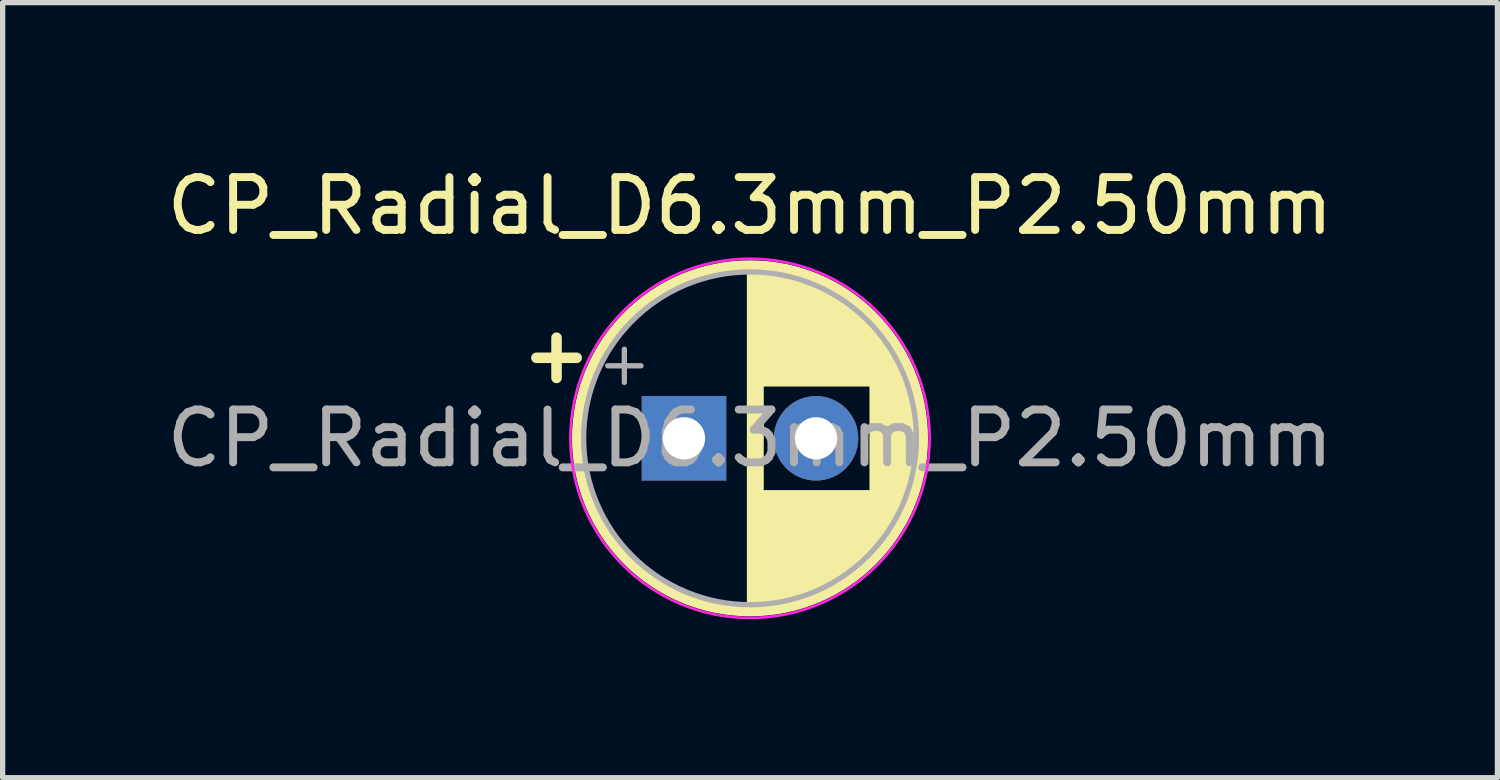
<source format=kicad_pcb>
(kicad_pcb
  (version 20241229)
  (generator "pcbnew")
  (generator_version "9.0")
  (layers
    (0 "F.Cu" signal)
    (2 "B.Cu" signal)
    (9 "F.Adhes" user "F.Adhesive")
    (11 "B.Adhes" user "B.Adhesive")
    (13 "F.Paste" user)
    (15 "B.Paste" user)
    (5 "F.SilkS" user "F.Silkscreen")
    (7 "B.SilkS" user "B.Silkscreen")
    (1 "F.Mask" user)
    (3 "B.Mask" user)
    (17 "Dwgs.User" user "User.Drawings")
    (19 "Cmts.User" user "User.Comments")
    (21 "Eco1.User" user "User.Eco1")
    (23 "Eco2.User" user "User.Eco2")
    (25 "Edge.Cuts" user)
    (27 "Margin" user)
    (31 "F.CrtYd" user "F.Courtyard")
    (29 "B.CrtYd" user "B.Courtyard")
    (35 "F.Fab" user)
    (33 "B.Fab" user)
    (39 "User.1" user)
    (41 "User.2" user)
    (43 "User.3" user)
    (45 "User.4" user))
  (footprint "CP_Radial_D6.3mm_P2.50mm"
    (layer "F.Cu")
    (at 9.899 5.248)
    (property "Reference" "CP_Radial_D6.3mm_P2.50mm" (at 1.25 -4.4 0) (layer "F.SilkS") (effects (font (size 1 1) (thickness 0.15))))
    (attr through_hole)
    (fp_line (start -2.794 -1.524) (end -2.032 -1.524) (stroke (width 0.2) (type solid)) (layer "F.SilkS"))
    (fp_line (start -2.413 -1.905) (end -2.413 -1.143) (stroke (width 0.2) (type solid)) (layer "F.SilkS"))
    (fp_line (start 1.25 -3.23) (end 1.25 3.23) (stroke (width 0.12) (type solid)) (layer "F.SilkS"))
    (fp_line (start 1.29 -3.23) (end 1.29 3.23) (stroke (width 0.12) (type solid)) (layer "F.SilkS"))
    (fp_line (start 1.33 -3.23) (end 1.33 3.23) (stroke (width 0.12) (type solid)) (layer "F.SilkS"))
    (fp_line (start 1.37 -3.228) (end 1.37 3.228) (stroke (width 0.12) (type solid)) (layer "F.SilkS"))
    (fp_line (start 1.41 -3.227) (end 1.41 3.227) (stroke (width 0.12) (type solid)) (layer "F.SilkS"))
    (fp_line (start 1.45 -3.224) (end 1.45 3.224) (stroke (width 0.12) (type solid)) (layer "F.SilkS"))
    (fp_line (start 1.49 -3.222) (end 1.49 -1.04) (stroke (width 0.12) (type solid)) (layer "F.SilkS"))
    (fp_line (start 1.49 1.04) (end 1.49 3.222) (stroke (width 0.12) (type solid)) (layer "F.SilkS"))
    (fp_line (start 1.53 -3.218) (end 1.53 -1.04) (stroke (width 0.12) (type solid)) (layer "F.SilkS"))
    (fp_line (start 1.53 1.04) (end 1.53 3.218) (stroke (width 0.12) (type solid)) (layer "F.SilkS"))
    (fp_line (start 1.57 -3.215) (end 1.57 -1.04) (stroke (width 0.12) (type solid)) (layer "F.SilkS"))
    (fp_line (start 1.57 1.04) (end 1.57 3.215) (stroke (width 0.12) (type solid)) (layer "F.SilkS"))
    (fp_line (start 1.61 -3.211) (end 1.61 -1.04) (stroke (width 0.12) (type solid)) (layer "F.SilkS"))
    (fp_line (start 1.61 1.04) (end 1.61 3.211) (stroke (width 0.12) (type solid)) (layer "F.SilkS"))
    (fp_line (start 1.65 -3.206) (end 1.65 -1.04) (stroke (width 0.12) (type solid)) (layer "F.SilkS"))
    (fp_line (start 1.65 1.04) (end 1.65 3.206) (stroke (width 0.12) (type solid)) (layer "F.SilkS"))
    (fp_line (start 1.69 -3.201) (end 1.69 -1.04) (stroke (width 0.12) (type solid)) (layer "F.SilkS"))
    (fp_line (start 1.69 1.04) (end 1.69 3.201) (stroke (width 0.12) (type solid)) (layer "F.SilkS"))
    (fp_line (start 1.73 -3.195) (end 1.73 -1.04) (stroke (width 0.12) (type solid)) (layer "F.SilkS"))
    (fp_line (start 1.73 1.04) (end 1.73 3.195) (stroke (width 0.12) (type solid)) (layer "F.SilkS"))
    (fp_line (start 1.77 -3.189) (end 1.77 -1.04) (stroke (width 0.12) (type solid)) (layer "F.SilkS"))
    (fp_line (start 1.77 1.04) (end 1.77 3.189) (stroke (width 0.12) (type solid)) (layer "F.SilkS"))
    (fp_line (start 1.81 -3.182) (end 1.81 -1.04) (stroke (width 0.12) (type solid)) (layer "F.SilkS"))
    (fp_line (start 1.81 1.04) (end 1.81 3.182) (stroke (width 0.12) (type solid)) (layer "F.SilkS"))
    (fp_line (start 1.85 -3.175) (end 1.85 -1.04) (stroke (width 0.12) (type solid)) (layer "F.SilkS"))
    (fp_line (start 1.85 1.04) (end 1.85 3.175) (stroke (width 0.12) (type solid)) (layer "F.SilkS"))
    (fp_line (start 1.89 -3.167) (end 1.89 -1.04) (stroke (width 0.12) (type solid)) (layer "F.SilkS"))
    (fp_line (start 1.89 1.04) (end 1.89 3.167) (stroke (width 0.12) (type solid)) (layer "F.SilkS"))
    (fp_line (start 1.93 -3.159) (end 1.93 -1.04) (stroke (width 0.12) (type solid)) (layer "F.SilkS"))
    (fp_line (start 1.93 1.04) (end 1.93 3.159) (stroke (width 0.12) (type solid)) (layer "F.SilkS"))
    (fp_line (start 1.971 -3.15) (end 1.971 -1.04) (stroke (width 0.12) (type solid)) (layer "F.SilkS"))
    (fp_line (start 1.971 1.04) (end 1.971 3.15) (stroke (width 0.12) (type solid)) (layer "F.SilkS"))
    (fp_line (start 2.011 -3.141) (end 2.011 -1.04) (stroke (width 0.12) (type solid)) (layer "F.SilkS"))
    (fp_line (start 2.011 1.04) (end 2.011 3.141) (stroke (width 0.12) (type solid)) (layer "F.SilkS"))
    (fp_line (start 2.051 -3.131) (end 2.051 -1.04) (stroke (width 0.12) (type solid)) (layer "F.SilkS"))
    (fp_line (start 2.051 1.04) (end 2.051 3.131) (stroke (width 0.12) (type solid)) (layer "F.SilkS"))
    (fp_line (start 2.091 -3.121) (end 2.091 -1.04) (stroke (width 0.12) (type solid)) (layer "F.SilkS"))
    (fp_line (start 2.091 1.04) (end 2.091 3.121) (stroke (width 0.12) (type solid)) (layer "F.SilkS"))
    (fp_line (start 2.131 -3.11) (end 2.131 -1.04) (stroke (width 0.12) (type solid)) (layer "F.SilkS"))
    (fp_line (start 2.131 1.04) (end 2.131 3.11) (stroke (width 0.12) (type solid)) (layer "F.SilkS"))
    (fp_line (start 2.171 -3.098) (end 2.171 -1.04) (stroke (width 0.12) (type solid)) (layer "F.SilkS"))
    (fp_line (start 2.171 1.04) (end 2.171 3.098) (stroke (width 0.12) (type solid)) (layer "F.SilkS"))
    (fp_line (start 2.211 -3.086) (end 2.211 -1.04) (stroke (width 0.12) (type solid)) (layer "F.SilkS"))
    (fp_line (start 2.211 1.04) (end 2.211 3.086) (stroke (width 0.12) (type solid)) (layer "F.SilkS"))
    (fp_line (start 2.251 -3.074) (end 2.251 -1.04) (stroke (width 0.12) (type solid)) (layer "F.SilkS"))
    (fp_line (start 2.251 1.04) (end 2.251 3.074) (stroke (width 0.12) (type solid)) (layer "F.SilkS"))
    (fp_line (start 2.291 -3.061) (end 2.291 -1.04) (stroke (width 0.12) (type solid)) (layer "F.SilkS"))
    (fp_line (start 2.291 1.04) (end 2.291 3.061) (stroke (width 0.12) (type solid)) (layer "F.SilkS"))
    (fp_line (start 2.331 -3.047) (end 2.331 -1.04) (stroke (width 0.12) (type solid)) (layer "F.SilkS"))
    (fp_line (start 2.331 1.04) (end 2.331 3.047) (stroke (width 0.12) (type solid)) (layer "F.SilkS"))
    (fp_line (start 2.371 -3.033) (end 2.371 -1.04) (stroke (width 0.12) (type solid)) (layer "F.SilkS"))
    (fp_line (start 2.371 1.04) (end 2.371 3.033) (stroke (width 0.12) (type solid)) (layer "F.SilkS"))
    (fp_line (start 2.411 -3.018) (end 2.411 -1.04) (stroke (width 0.12) (type solid)) (layer "F.SilkS"))
    (fp_line (start 2.411 1.04) (end 2.411 3.018) (stroke (width 0.12) (type solid)) (layer "F.SilkS"))
    (fp_line (start 2.451 -3.002) (end 2.451 -1.04) (stroke (width 0.12) (type solid)) (layer "F.SilkS"))
    (fp_line (start 2.451 1.04) (end 2.451 3.002) (stroke (width 0.12) (type solid)) (layer "F.SilkS"))
    (fp_line (start 2.491 -2.986) (end 2.491 -1.04) (stroke (width 0.12) (type solid)) (layer "F.SilkS"))
    (fp_line (start 2.491 1.04) (end 2.491 2.986) (stroke (width 0.12) (type solid)) (layer "F.SilkS"))
    (fp_line (start 2.531 -2.97) (end 2.531 -1.04) (stroke (width 0.12) (type solid)) (layer "F.SilkS"))
    (fp_line (start 2.531 1.04) (end 2.531 2.97) (stroke (width 0.12) (type solid)) (layer "F.SilkS"))
    (fp_line (start 2.571 -2.952) (end 2.571 -1.04) (stroke (width 0.12) (type solid)) (layer "F.SilkS"))
    (fp_line (start 2.571 1.04) (end 2.571 2.952) (stroke (width 0.12) (type solid)) (layer "F.SilkS"))
    (fp_line (start 2.611 -2.934) (end 2.611 -1.04) (stroke (width 0.12) (type solid)) (layer "F.SilkS"))
    (fp_line (start 2.611 1.04) (end 2.611 2.934) (stroke (width 0.12) (type solid)) (layer "F.SilkS"))
    (fp_line (start 2.651 -2.916) (end 2.651 -1.04) (stroke (width 0.12) (type solid)) (layer "F.SilkS"))
    (fp_line (start 2.651 1.04) (end 2.651 2.916) (stroke (width 0.12) (type solid)) (layer "F.SilkS"))
    (fp_line (start 2.691 -2.896) (end 2.691 -1.04) (stroke (width 0.12) (type solid)) (layer "F.SilkS"))
    (fp_line (start 2.691 1.04) (end 2.691 2.896) (stroke (width 0.12) (type solid)) (layer "F.SilkS"))
    (fp_line (start 2.731 -2.876) (end 2.731 -1.04) (stroke (width 0.12) (type solid)) (layer "F.SilkS"))
    (fp_line (start 2.731 1.04) (end 2.731 2.876) (stroke (width 0.12) (type solid)) (layer "F.SilkS"))
    (fp_line (start 2.771 -2.856) (end 2.771 -1.04) (stroke (width 0.12) (type solid)) (layer "F.SilkS"))
    (fp_line (start 2.771 1.04) (end 2.771 2.856) (stroke (width 0.12) (type solid)) (layer "F.SilkS"))
    (fp_line (start 2.811 -2.834) (end 2.811 -1.04) (stroke (width 0.12) (type solid)) (layer "F.SilkS"))
    (fp_line (start 2.811 1.04) (end 2.811 2.834) (stroke (width 0.12) (type solid)) (layer "F.SilkS"))
    (fp_line (start 2.851 -2.812) (end 2.851 -1.04) (stroke (width 0.12) (type solid)) (layer "F.SilkS"))
    (fp_line (start 2.851 1.04) (end 2.851 2.812) (stroke (width 0.12) (type solid)) (layer "F.SilkS"))
    (fp_line (start 2.891 -2.79) (end 2.891 -1.04) (stroke (width 0.12) (type solid)) (layer "F.SilkS"))
    (fp_line (start 2.891 1.04) (end 2.891 2.79) (stroke (width 0.12) (type solid)) (layer "F.SilkS"))
    (fp_line (start 2.931 -2.766) (end 2.931 -1.04) (stroke (width 0.12) (type solid)) (layer "F.SilkS"))
    (fp_line (start 2.931 1.04) (end 2.931 2.766) (stroke (width 0.12) (type solid)) (layer "F.SilkS"))
    (fp_line (start 2.971 -2.742) (end 2.971 -1.04) (stroke (width 0.12) (type solid)) (layer "F.SilkS"))
    (fp_line (start 2.971 1.04) (end 2.971 2.742) (stroke (width 0.12) (type solid)) (layer "F.SilkS"))
    (fp_line (start 3.011 -2.716) (end 3.011 -1.04) (stroke (width 0.12) (type solid)) (layer "F.SilkS"))
    (fp_line (start 3.011 1.04) (end 3.011 2.716) (stroke (width 0.12) (type solid)) (layer "F.SilkS"))
    (fp_line (start 3.051 -2.69) (end 3.051 -1.04) (stroke (width 0.12) (type solid)) (layer "F.SilkS"))
    (fp_line (start 3.051 1.04) (end 3.051 2.69) (stroke (width 0.12) (type solid)) (layer "F.SilkS"))
    (fp_line (start 3.091 -2.664) (end 3.091 -1.04) (stroke (width 0.12) (type solid)) (layer "F.SilkS"))
    (fp_line (start 3.091 1.04) (end 3.091 2.664) (stroke (width 0.12) (type solid)) (layer "F.SilkS"))
    (fp_line (start 3.131 -2.636) (end 3.131 -1.04) (stroke (width 0.12) (type solid)) (layer "F.SilkS"))
    (fp_line (start 3.131 1.04) (end 3.131 2.636) (stroke (width 0.12) (type solid)) (layer "F.SilkS"))
    (fp_line (start 3.171 -2.607) (end 3.171 -1.04) (stroke (width 0.12) (type solid)) (layer "F.SilkS"))
    (fp_line (start 3.171 1.04) (end 3.171 2.607) (stroke (width 0.12) (type solid)) (layer "F.SilkS"))
    (fp_line (start 3.211 -2.578) (end 3.211 -1.04) (stroke (width 0.12) (type solid)) (layer "F.SilkS"))
    (fp_line (start 3.211 1.04) (end 3.211 2.578) (stroke (width 0.12) (type solid)) (layer "F.SilkS"))
    (fp_line (start 3.251 -2.548) (end 3.251 -1.04) (stroke (width 0.12) (type solid)) (layer "F.SilkS"))
    (fp_line (start 3.251 1.04) (end 3.251 2.548) (stroke (width 0.12) (type solid)) (layer "F.SilkS"))
    (fp_line (start 3.291 -2.516) (end 3.291 -1.04) (stroke (width 0.12) (type solid)) (layer "F.SilkS"))
    (fp_line (start 3.291 1.04) (end 3.291 2.516) (stroke (width 0.12) (type solid)) (layer "F.SilkS"))
    (fp_line (start 3.331 -2.484) (end 3.331 -1.04) (stroke (width 0.12) (type solid)) (layer "F.SilkS"))
    (fp_line (start 3.331 1.04) (end 3.331 2.484) (stroke (width 0.12) (type solid)) (layer "F.SilkS"))
    (fp_line (start 3.371 -2.45) (end 3.371 -1.04) (stroke (width 0.12) (type solid)) (layer "F.SilkS"))
    (fp_line (start 3.371 1.04) (end 3.371 2.45) (stroke (width 0.12) (type solid)) (layer "F.SilkS"))
    (fp_line (start 3.411 -2.416) (end 3.411 -1.04) (stroke (width 0.12) (type solid)) (layer "F.SilkS"))
    (fp_line (start 3.411 1.04) (end 3.411 2.416) (stroke (width 0.12) (type solid)) (layer "F.SilkS"))
    (fp_line (start 3.451 -2.38) (end 3.451 -1.04) (stroke (width 0.12) (type solid)) (layer "F.SilkS"))
    (fp_line (start 3.451 1.04) (end 3.451 2.38) (stroke (width 0.12) (type solid)) (layer "F.SilkS"))
    (fp_line (start 3.491 -2.343) (end 3.491 -1.04) (stroke (width 0.12) (type solid)) (layer "F.SilkS"))
    (fp_line (start 3.491 1.04) (end 3.491 2.343) (stroke (width 0.12) (type solid)) (layer "F.SilkS"))
    (fp_line (start 3.531 -2.305) (end 3.531 -1.04) (stroke (width 0.12) (type solid)) (layer "F.SilkS"))
    (fp_line (start 3.531 1.04) (end 3.531 2.305) (stroke (width 0.12) (type solid)) (layer "F.SilkS"))
    (fp_line (start 3.571 -2.265) (end 3.571 2.265) (stroke (width 0.12) (type solid)) (layer "F.SilkS"))
    (fp_line (start 3.611 -2.224) (end 3.611 2.224) (stroke (width 0.12) (type solid)) (layer "F.SilkS"))
    (fp_line (start 3.651 -2.182) (end 3.651 2.182) (stroke (width 0.12) (type solid)) (layer "F.SilkS"))
    (fp_line (start 3.691 -2.137) (end 3.691 2.137) (stroke (width 0.12) (type solid)) (layer "F.SilkS"))
    (fp_line (start 3.731 -2.092) (end 3.731 2.092) (stroke (width 0.12) (type solid)) (layer "F.SilkS"))
    (fp_line (start 3.771 -2.044) (end 3.771 2.044) (stroke (width 0.12) (type solid)) (layer "F.SilkS"))
    (fp_line (start 3.811 -1.995) (end 3.811 1.995) (stroke (width 0.12) (type solid)) (layer "F.SilkS"))
    (fp_line (start 3.851 -1.944) (end 3.851 1.944) (stroke (width 0.12) (type solid)) (layer "F.SilkS"))
    (fp_line (start 3.891 -1.89) (end 3.891 1.89) (stroke (width 0.12) (type solid)) (layer "F.SilkS"))
    (fp_line (start 3.931 -1.834) (end 3.931 1.834) (stroke (width 0.12) (type solid)) (layer "F.SilkS"))
    (fp_line (start 3.971 -1.776) (end 3.971 1.776) (stroke (width 0.12) (type solid)) (layer "F.SilkS"))
    (fp_line (start 4.011 -1.714) (end 4.011 1.714) (stroke (width 0.12) (type solid)) (layer "F.SilkS"))
    (fp_line (start 4.051 -1.65) (end 4.051 1.65) (stroke (width 0.12) (type solid)) (layer "F.SilkS"))
    (fp_line (start 4.091 -1.581) (end 4.091 1.581) (stroke (width 0.12) (type solid)) (layer "F.SilkS"))
    (fp_line (start 4.131 -1.509) (end 4.131 1.509) (stroke (width 0.12) (type solid)) (layer "F.SilkS"))
    (fp_line (start 4.171 -1.432) (end 4.171 1.432) (stroke (width 0.12) (type solid)) (layer "F.SilkS"))
    (fp_line (start 4.211 -1.35) (end 4.211 1.35) (stroke (width 0.12) (type solid)) (layer "F.SilkS"))
    (fp_line (start 4.251 -1.262) (end 4.251 1.262) (stroke (width 0.12) (type solid)) (layer "F.SilkS"))
    (fp_line (start 4.291 -1.165) (end 4.291 1.165) (stroke (width 0.12) (type solid)) (layer "F.SilkS"))
    (fp_line (start 4.331 -1.059) (end 4.331 1.059) (stroke (width 0.12) (type solid)) (layer "F.SilkS"))
    (fp_line (start 4.371 -0.94) (end 4.371 0.94) (stroke (width 0.12) (type solid)) (layer "F.SilkS"))
    (fp_line (start 4.411 -0.802) (end 4.411 0.802) (stroke (width 0.12) (type solid)) (layer "F.SilkS"))
    (fp_line (start 4.451 -0.633) (end 4.451 0.633) (stroke (width 0.12) (type solid)) (layer "F.SilkS"))
    (fp_line (start 4.491 -0.402) (end 4.491 0.402) (stroke (width 0.12) (type solid)) (layer "F.SilkS"))
    (fp_circle (center 1.25 0) (end 4.52 0) (stroke (width 0.2) (type solid)) (fill no) (layer "F.SilkS"))
    (fp_circle (center 1.25 0) (end 4.65 0) (stroke (width 0.05) (type solid)) (fill no) (layer "F.CrtYd"))
    (fp_line (start -1.444 -1.373) (end -0.814 -1.373) (stroke (width 0.1) (type solid)) (layer "F.Fab"))
    (fp_line (start -1.129 -1.688) (end -1.129 -1.058) (stroke (width 0.1) (type solid)) (layer "F.Fab"))
    (fp_circle (center 1.25 0) (end 4.4 0) (stroke (width 0.1) (type solid)) (fill no) (layer "F.Fab"))
    (fp_text user "${REFERENCE}" (at 1.25 0 0) (layer "F.Fab") (effects (font (size 1 1) (thickness 0.15))))
    (pad "1" thru_hole rect (at 0 0) (size 1.6 1.6) (drill 0.8) (layers "*.Cu" "*.Mask"))
    (pad "2" thru_hole circle (at 2.5 0) (size 1.6 1.6) (drill 0.8) (layers "*.Cu" "*.Mask")))
  (gr_rect
    (start -3 -3)
    (end 25.298 11.673)
    (stroke (width 0.1) (type default))
    (fill no)
    (layer "Edge.Cuts")))
</source>
